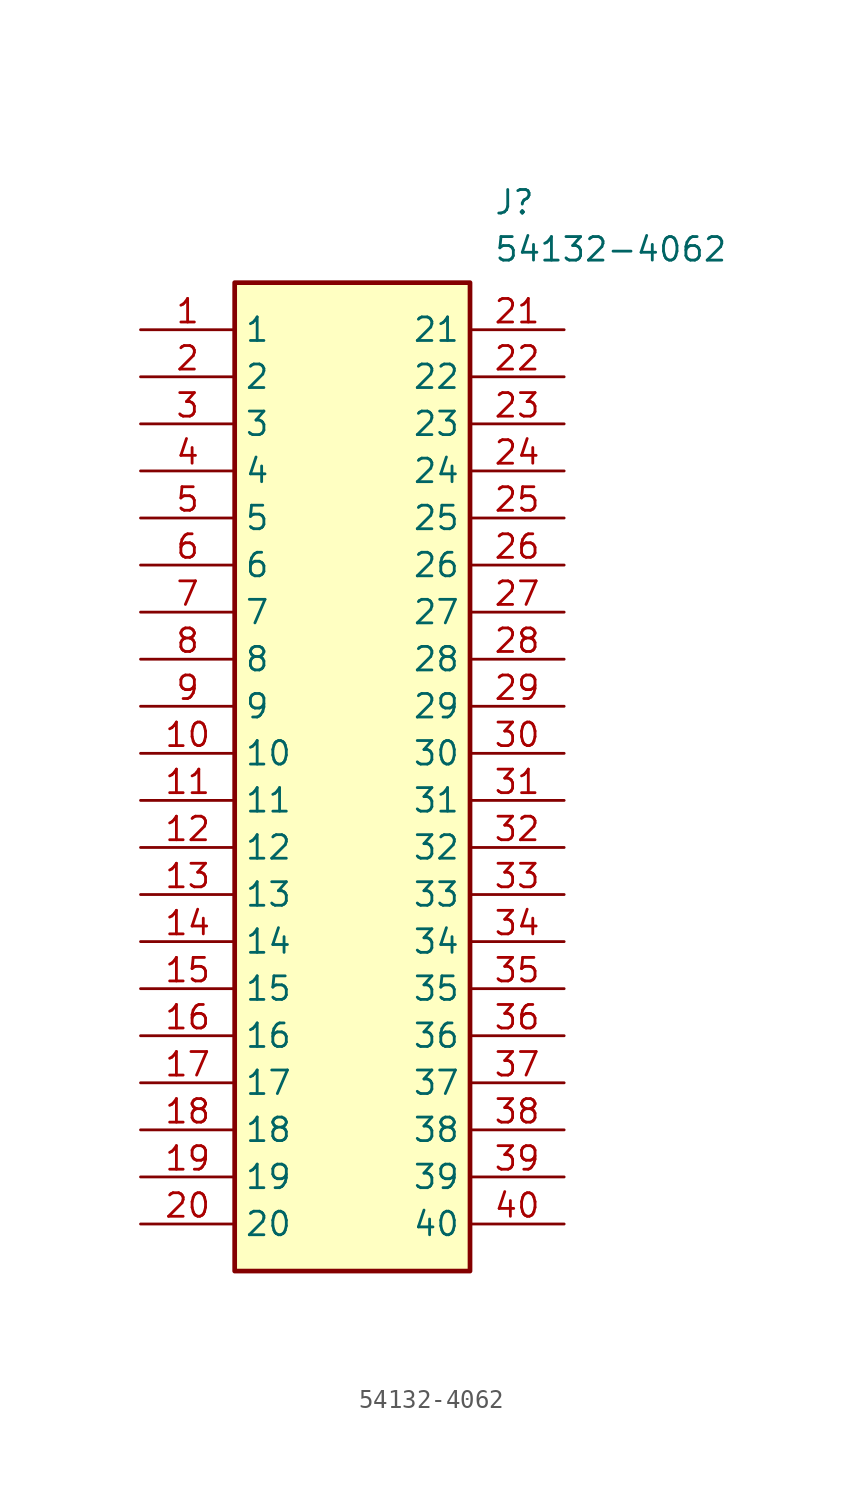
<source format=kicad_sym>
(kicad_symbol_lib
  (version 20211014)
  (generator SamacSys_ECAD_Model)
  (symbol "54132-4062"
    (property "Reference" "J"
      (at 19.05 7.62 0)
      (effects (font (size 1.27 1.27)) (justify left top)))
    (property "Value" "54132-4062"
      (at 19.05 5.08 0)
      (effects (font (size 1.27 1.27)) (justify left top)))
    (rectangle
      (start 5.08 2.54)
      (end 17.78 -50.8)
      (stroke (width 0.254) (type default))
      (fill (type background)))
    (pin passive line
      (at 0 0 0)
      (length 5.08)
      (name "1" (effects (font (size 1.27 1.27))))
      (number "1" (effects (font (size 1.27 1.27)))))
    (pin passive line
      (at 0 -2.54 0)
      (length 5.08)
      (name "2" (effects (font (size 1.27 1.27))))
      (number "2" (effects (font (size 1.27 1.27)))))
    (pin passive line
      (at 0 -5.08 0)
      (length 5.08)
      (name "3" (effects (font (size 1.27 1.27))))
      (number "3" (effects (font (size 1.27 1.27)))))
    (pin passive line
      (at 0 -7.62 0)
      (length 5.08)
      (name "4" (effects (font (size 1.27 1.27))))
      (number "4" (effects (font (size 1.27 1.27)))))
    (pin passive line
      (at 0 -10.16 0)
      (length 5.08)
      (name "5" (effects (font (size 1.27 1.27))))
      (number "5" (effects (font (size 1.27 1.27)))))
    (pin passive line
      (at 0 -12.7 0)
      (length 5.08)
      (name "6" (effects (font (size 1.27 1.27))))
      (number "6" (effects (font (size 1.27 1.27)))))
    (pin passive line
      (at 0 -15.24 0)
      (length 5.08)
      (name "7" (effects (font (size 1.27 1.27))))
      (number "7" (effects (font (size 1.27 1.27)))))
    (pin passive line
      (at 0 -17.78 0)
      (length 5.08)
      (name "8" (effects (font (size 1.27 1.27))))
      (number "8" (effects (font (size 1.27 1.27)))))
    (pin passive line
      (at 0 -20.32 0)
      (length 5.08)
      (name "9" (effects (font (size 1.27 1.27))))
      (number "9" (effects (font (size 1.27 1.27)))))
    (pin passive line
      (at 0 -22.86 0)
      (length 5.08)
      (name "10" (effects (font (size 1.27 1.27))))
      (number "10" (effects (font (size 1.27 1.27)))))
    (pin passive line
      (at 0 -25.4 0)
      (length 5.08)
      (name "11" (effects (font (size 1.27 1.27))))
      (number "11" (effects (font (size 1.27 1.27)))))
    (pin passive line
      (at 0 -27.94 0)
      (length 5.08)
      (name "12" (effects (font (size 1.27 1.27))))
      (number "12" (effects (font (size 1.27 1.27)))))
    (pin passive line
      (at 0 -30.48 0)
      (length 5.08)
      (name "13" (effects (font (size 1.27 1.27))))
      (number "13" (effects (font (size 1.27 1.27)))))
    (pin passive line
      (at 0 -33.02 0)
      (length 5.08)
      (name "14" (effects (font (size 1.27 1.27))))
      (number "14" (effects (font (size 1.27 1.27)))))
    (pin passive line
      (at 0 -35.56 0)
      (length 5.08)
      (name "15" (effects (font (size 1.27 1.27))))
      (number "15" (effects (font (size 1.27 1.27)))))
    (pin passive line
      (at 0 -38.1 0)
      (length 5.08)
      (name "16" (effects (font (size 1.27 1.27))))
      (number "16" (effects (font (size 1.27 1.27)))))
    (pin passive line
      (at 0 -40.64 0)
      (length 5.08)
      (name "17" (effects (font (size 1.27 1.27))))
      (number "17" (effects (font (size 1.27 1.27)))))
    (pin passive line
      (at 0 -43.18 0)
      (length 5.08)
      (name "18" (effects (font (size 1.27 1.27))))
      (number "18" (effects (font (size 1.27 1.27)))))
    (pin passive line
      (at 0 -45.72 0)
      (length 5.08)
      (name "19" (effects (font (size 1.27 1.27))))
      (number "19" (effects (font (size 1.27 1.27)))))
    (pin passive line
      (at 0 -48.26 0)
      (length 5.08)
      (name "20" (effects (font (size 1.27 1.27))))
      (number "20" (effects (font (size 1.27 1.27)))))
    (pin passive line
      (at 22.86 0 180)
      (length 5.08)
      (name "21" (effects (font (size 1.27 1.27))))
      (number "21" (effects (font (size 1.27 1.27)))))
    (pin passive line
      (at 22.86 -2.54 180)
      (length 5.08)
      (name "22" (effects (font (size 1.27 1.27))))
      (number "22" (effects (font (size 1.27 1.27)))))
    (pin passive line
      (at 22.86 -5.08 180)
      (length 5.08)
      (name "23" (effects (font (size 1.27 1.27))))
      (number "23" (effects (font (size 1.27 1.27)))))
    (pin passive line
      (at 22.86 -7.62 180)
      (length 5.08)
      (name "24" (effects (font (size 1.27 1.27))))
      (number "24" (effects (font (size 1.27 1.27)))))
    (pin passive line
      (at 22.86 -10.16 180)
      (length 5.08)
      (name "25" (effects (font (size 1.27 1.27))))
      (number "25" (effects (font (size 1.27 1.27)))))
    (pin passive line
      (at 22.86 -12.7 180)
      (length 5.08)
      (name "26" (effects (font (size 1.27 1.27))))
      (number "26" (effects (font (size 1.27 1.27)))))
    (pin passive line
      (at 22.86 -15.24 180)
      (length 5.08)
      (name "27" (effects (font (size 1.27 1.27))))
      (number "27" (effects (font (size 1.27 1.27)))))
    (pin passive line
      (at 22.86 -17.78 180)
      (length 5.08)
      (name "28" (effects (font (size 1.27 1.27))))
      (number "28" (effects (font (size 1.27 1.27)))))
    (pin passive line
      (at 22.86 -20.32 180)
      (length 5.08)
      (name "29" (effects (font (size 1.27 1.27))))
      (number "29" (effects (font (size 1.27 1.27)))))
    (pin passive line
      (at 22.86 -22.86 180)
      (length 5.08)
      (name "30" (effects (font (size 1.27 1.27))))
      (number "30" (effects (font (size 1.27 1.27)))))
    (pin passive line
      (at 22.86 -25.4 180)
      (length 5.08)
      (name "31" (effects (font (size 1.27 1.27))))
      (number "31" (effects (font (size 1.27 1.27)))))
    (pin passive line
      (at 22.86 -27.94 180)
      (length 5.08)
      (name "32" (effects (font (size 1.27 1.27))))
      (number "32" (effects (font (size 1.27 1.27)))))
    (pin passive line
      (at 22.86 -30.48 180)
      (length 5.08)
      (name "33" (effects (font (size 1.27 1.27))))
      (number "33" (effects (font (size 1.27 1.27)))))
    (pin passive line
      (at 22.86 -33.02 180)
      (length 5.08)
      (name "34" (effects (font (size 1.27 1.27))))
      (number "34" (effects (font (size 1.27 1.27)))))
    (pin passive line
      (at 22.86 -35.56 180)
      (length 5.08)
      (name "35" (effects (font (size 1.27 1.27))))
      (number "35" (effects (font (size 1.27 1.27)))))
    (pin passive line
      (at 22.86 -38.1 180)
      (length 5.08)
      (name "36" (effects (font (size 1.27 1.27))))
      (number "36" (effects (font (size 1.27 1.27)))))
    (pin passive line
      (at 22.86 -40.64 180)
      (length 5.08)
      (name "37" (effects (font (size 1.27 1.27))))
      (number "37" (effects (font (size 1.27 1.27)))))
    (pin passive line
      (at 22.86 -43.18 180)
      (length 5.08)
      (name "38" (effects (font (size 1.27 1.27))))
      (number "38" (effects (font (size 1.27 1.27)))))
    (pin passive line
      (at 22.86 -45.72 180)
      (length 5.08)
      (name "39" (effects (font (size 1.27 1.27))))
      (number "39" (effects (font (size 1.27 1.27)))))
    (pin passive line
      (at 22.86 -48.26 180)
      (length 5.08)
      (name "40" (effects (font (size 1.27 1.27))))
      (number "40" (effects (font (size 1.27 1.27)))))))
</source>
